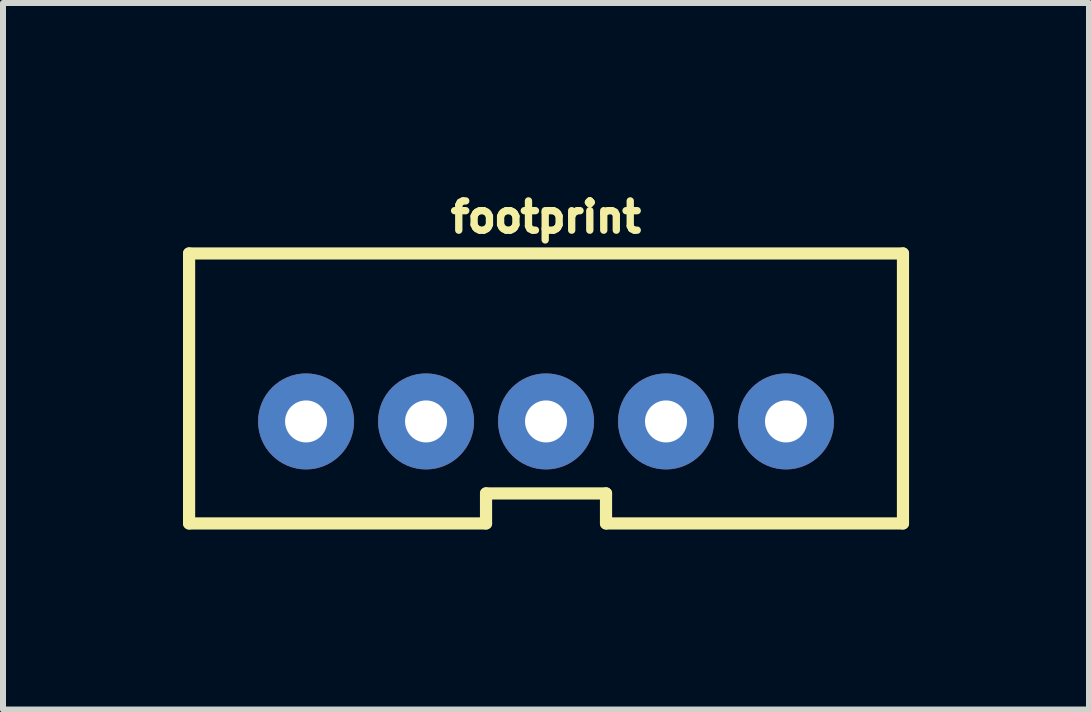
<source format=kicad_pcb>
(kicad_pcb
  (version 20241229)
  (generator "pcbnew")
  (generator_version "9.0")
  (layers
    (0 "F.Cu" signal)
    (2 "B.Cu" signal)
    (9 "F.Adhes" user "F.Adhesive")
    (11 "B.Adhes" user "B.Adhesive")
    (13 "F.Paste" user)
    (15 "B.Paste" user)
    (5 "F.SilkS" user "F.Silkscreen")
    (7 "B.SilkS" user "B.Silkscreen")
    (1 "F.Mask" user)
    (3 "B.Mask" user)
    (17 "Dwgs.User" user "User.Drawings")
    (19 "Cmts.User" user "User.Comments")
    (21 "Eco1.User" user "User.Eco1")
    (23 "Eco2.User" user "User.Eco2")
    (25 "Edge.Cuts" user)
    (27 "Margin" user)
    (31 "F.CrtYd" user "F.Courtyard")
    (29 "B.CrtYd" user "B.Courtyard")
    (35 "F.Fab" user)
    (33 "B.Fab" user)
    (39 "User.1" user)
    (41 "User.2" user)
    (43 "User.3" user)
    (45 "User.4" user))
  (footprint "footprint"
    (layer "F.Cu")
    (at 6.052 4.155)
    (property "Reference" "footprint" (at -1.651 -3.302 0) (layer "F.SilkS") (effects (font (size 0.488 0.488) (thickness 0.122)) (justify left bottom)))
    (fp_line (start -5.95 -2.98) (end 5.95 -2.98) (stroke (width 0.203) (type solid)) (layer "F.SilkS"))
    (fp_line (start -5.95 1.52) (end -5.95 -2.98) (stroke (width 0.203) (type solid)) (layer "F.SilkS"))
    (fp_line (start -1 1.02) (end -1 1.52) (stroke (width 0.203) (type solid)) (layer "F.SilkS"))
    (fp_line (start -1 1.02) (end 1 1.02) (stroke (width 0.203) (type solid)) (layer "F.SilkS"))
    (fp_line (start -1 1.52) (end -5.95 1.52) (stroke (width 0.203) (type solid)) (layer "F.SilkS"))
    (fp_line (start 1 1.02) (end 1 1.52) (stroke (width 0.203) (type solid)) (layer "F.SilkS"))
    (fp_line (start 5.95 -2.98) (end 5.95 1.52) (stroke (width 0.203) (type solid)) (layer "F.SilkS"))
    (fp_line (start 5.95 1.52) (end 1 1.52) (stroke (width 0.203) (type solid)) (layer "F.SilkS"))
    (pad "1" thru_hole circle (at -4 -0.18) (size 1.6 1.6) (drill 0.7) (layers "*.Cu" "*.Mask"))
    (pad "2" thru_hole circle (at -2 -0.18) (size 1.6 1.6) (drill 0.7) (layers "*.Cu" "*.Mask"))
    (pad "3" thru_hole circle (at 0 -0.18) (size 1.6 1.6) (drill 0.7) (layers "*.Cu" "*.Mask"))
    (pad "4" thru_hole circle (at 2 -0.18) (size 1.6 1.6) (drill 0.7) (layers "*.Cu" "*.Mask"))
    (pad "5" thru_hole circle (at 4 -0.18) (size 1.6 1.6) (drill 0.7) (layers "*.Cu" "*.Mask")))
  (gr_rect
    (start -3 -3)
    (end 15.103 8.777)
    (stroke (width 0.1) (type default))
    (fill no)
    (layer "Edge.Cuts")))
</source>
